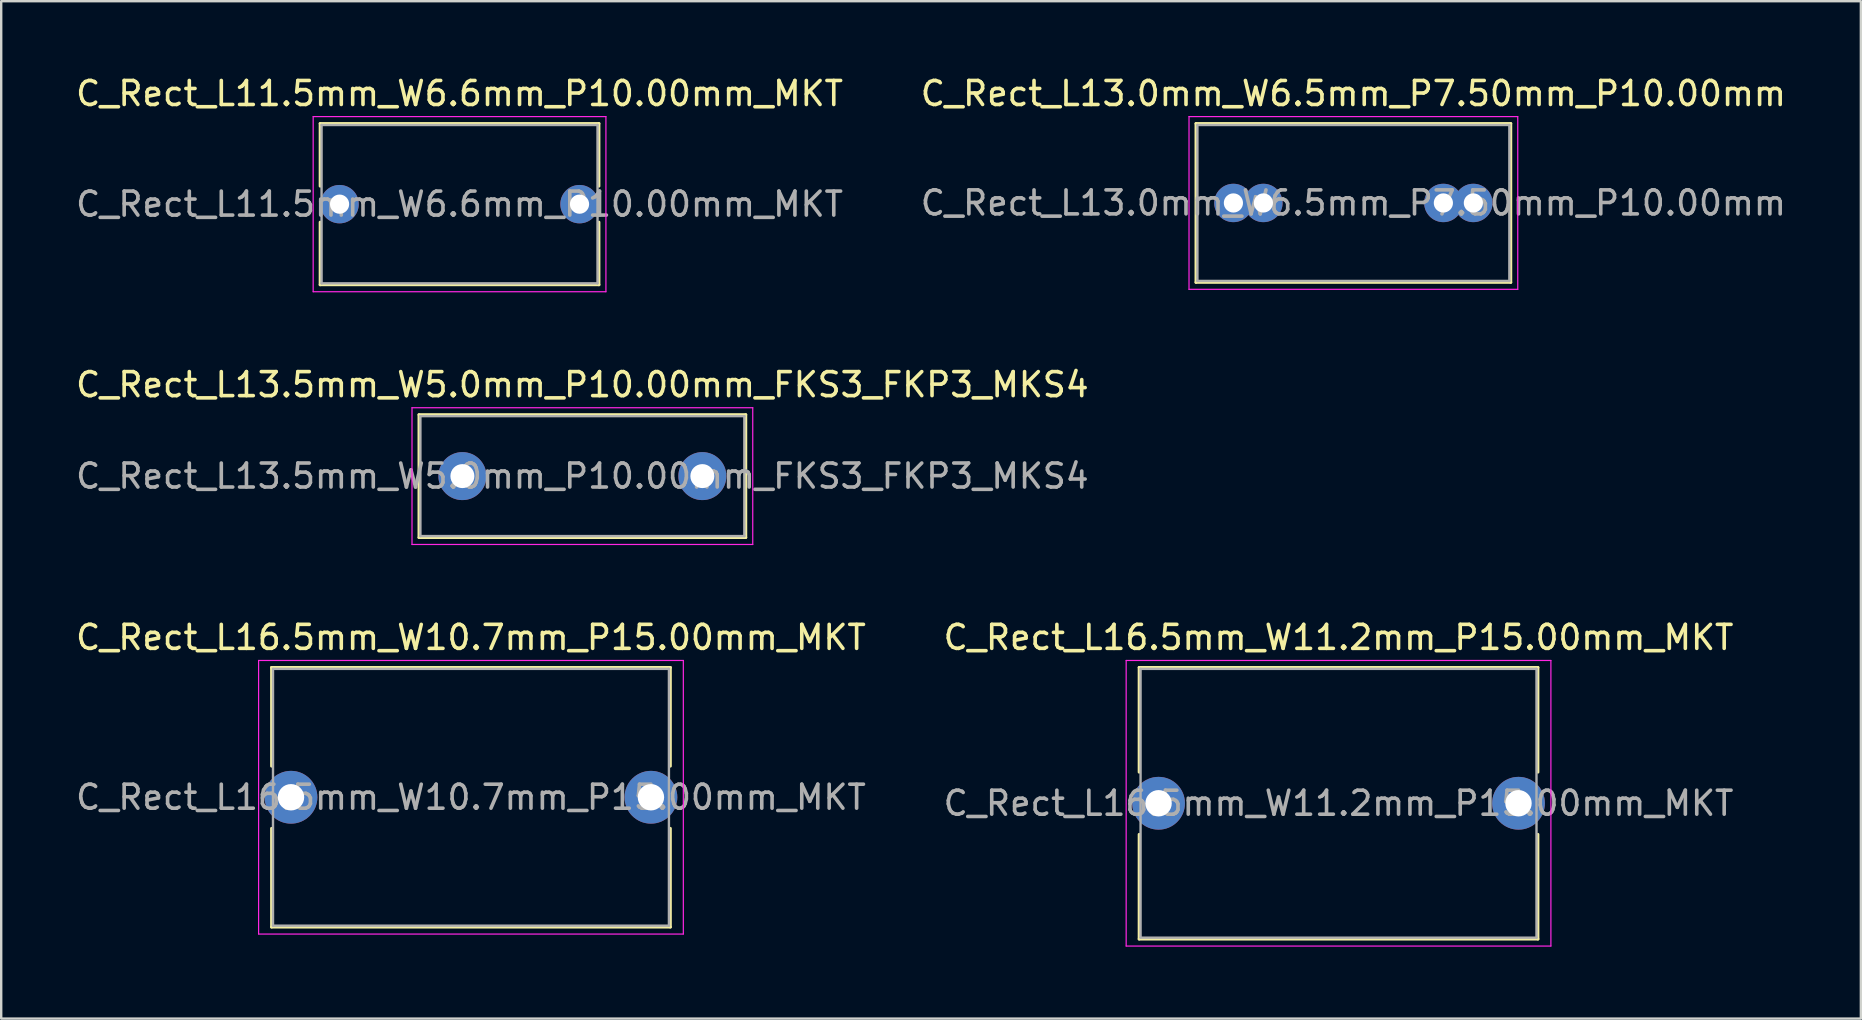
<source format=kicad_pcb>
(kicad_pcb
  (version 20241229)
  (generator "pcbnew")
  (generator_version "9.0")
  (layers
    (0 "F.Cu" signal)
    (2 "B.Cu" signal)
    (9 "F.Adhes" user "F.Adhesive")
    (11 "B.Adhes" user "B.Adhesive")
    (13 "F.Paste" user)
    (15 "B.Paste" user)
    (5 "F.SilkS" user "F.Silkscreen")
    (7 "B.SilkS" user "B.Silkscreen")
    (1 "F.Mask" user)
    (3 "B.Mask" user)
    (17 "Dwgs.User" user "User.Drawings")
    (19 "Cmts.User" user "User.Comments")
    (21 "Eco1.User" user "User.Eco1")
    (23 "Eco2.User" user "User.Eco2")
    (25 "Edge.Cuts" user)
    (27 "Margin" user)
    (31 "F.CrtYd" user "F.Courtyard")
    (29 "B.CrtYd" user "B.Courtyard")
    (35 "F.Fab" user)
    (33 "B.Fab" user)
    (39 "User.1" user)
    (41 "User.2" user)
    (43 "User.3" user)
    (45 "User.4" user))
  (footprint "C_Rect_L16.5mm_W11.2mm_P15.00mm_MKT"
    (layer "F.Cu")
    (at 45.232 30.425)
    (property "Reference" "C_Rect_L16.5mm_W11.2mm_P15.00mm_MKT" (at 7.5 -6.91 0) (layer "F.SilkS") (effects (font (size 1 1) (thickness 0.15))))
    (attr through_hole)
    (fp_line (start -0.81 -5.66) (end -0.81 -1.296) (stroke (width 0.12) (type solid)) (layer "F.SilkS"))
    (fp_line (start -0.81 -5.66) (end 15.81 -5.66) (stroke (width 0.12) (type solid)) (layer "F.SilkS"))
    (fp_line (start -0.81 1.296) (end -0.81 5.66) (stroke (width 0.12) (type solid)) (layer "F.SilkS"))
    (fp_line (start -0.81 5.66) (end 15.81 5.66) (stroke (width 0.12) (type solid)) (layer "F.SilkS"))
    (fp_line (start 15.81 -5.66) (end 15.81 -1.296) (stroke (width 0.12) (type solid)) (layer "F.SilkS"))
    (fp_line (start 15.81 1.296) (end 15.81 5.66) (stroke (width 0.12) (type solid)) (layer "F.SilkS"))
    (fp_line (start -1.35 -5.95) (end -1.35 5.95) (stroke (width 0.05) (type solid)) (layer "F.CrtYd"))
    (fp_line (start -1.35 5.95) (end 16.35 5.95) (stroke (width 0.05) (type solid)) (layer "F.CrtYd"))
    (fp_line (start 16.35 -5.95) (end -1.35 -5.95) (stroke (width 0.05) (type solid)) (layer "F.CrtYd"))
    (fp_line (start 16.35 5.95) (end 16.35 -5.95) (stroke (width 0.05) (type solid)) (layer "F.CrtYd"))
    (fp_line (start -0.75 -5.6) (end -0.75 5.6) (stroke (width 0.1) (type solid)) (layer "F.Fab"))
    (fp_line (start -0.75 5.6) (end 15.75 5.6) (stroke (width 0.1) (type solid)) (layer "F.Fab"))
    (fp_line (start 15.75 -5.6) (end -0.75 -5.6) (stroke (width 0.1) (type solid)) (layer "F.Fab"))
    (fp_line (start 15.75 5.6) (end 15.75 -5.6) (stroke (width 0.1) (type solid)) (layer "F.Fab"))
    (fp_text user "${REFERENCE}" (at 7.5 0 0) (layer "F.Fab") (effects (font (size 1 1) (thickness 0.15))))
    (pad "1" thru_hole circle (at 0 0) (size 2.2 2.2) (drill 1.1) (layers "*.Cu" "*.Mask"))
    (pad "2" thru_hole circle (at 15 0) (size 2.2 2.2) (drill 1.1) (layers "*.Cu" "*.Mask")))
  (footprint "C_Rect_L11.5mm_W6.6mm_P10.00mm_MKT"
    (layer "F.Cu")
    (at 11.101 5.458)
    (property "Reference" "C_Rect_L11.5mm_W6.6mm_P10.00mm_MKT" (at 5 -4.61 0) (layer "F.SilkS") (effects (font (size 1 1) (thickness 0.15))))
    (attr through_hole)
    (fp_line (start -0.81 -3.36) (end -0.81 -0.75) (stroke (width 0.12) (type solid)) (layer "F.SilkS"))
    (fp_line (start -0.81 -3.36) (end 10.81 -3.36) (stroke (width 0.12) (type solid)) (layer "F.SilkS"))
    (fp_line (start -0.81 0.75) (end -0.81 3.36) (stroke (width 0.12) (type solid)) (layer "F.SilkS"))
    (fp_line (start -0.81 3.36) (end 10.81 3.36) (stroke (width 0.12) (type solid)) (layer "F.SilkS"))
    (fp_line (start 10.81 -3.36) (end 10.81 -0.75) (stroke (width 0.12) (type solid)) (layer "F.SilkS"))
    (fp_line (start 10.81 0.75) (end 10.81 3.36) (stroke (width 0.12) (type solid)) (layer "F.SilkS"))
    (fp_line (start -1.1 -3.65) (end -1.1 3.65) (stroke (width 0.05) (type solid)) (layer "F.CrtYd"))
    (fp_line (start -1.1 3.65) (end 11.1 3.65) (stroke (width 0.05) (type solid)) (layer "F.CrtYd"))
    (fp_line (start 11.1 -3.65) (end -1.1 -3.65) (stroke (width 0.05) (type solid)) (layer "F.CrtYd"))
    (fp_line (start 11.1 3.65) (end 11.1 -3.65) (stroke (width 0.05) (type solid)) (layer "F.CrtYd"))
    (fp_line (start -0.75 -3.3) (end -0.75 3.3) (stroke (width 0.1) (type solid)) (layer "F.Fab"))
    (fp_line (start -0.75 3.3) (end 10.75 3.3) (stroke (width 0.1) (type solid)) (layer "F.Fab"))
    (fp_line (start 10.75 -3.3) (end -0.75 -3.3) (stroke (width 0.1) (type solid)) (layer "F.Fab"))
    (fp_line (start 10.75 3.3) (end 10.75 -3.3) (stroke (width 0.1) (type solid)) (layer "F.Fab"))
    (fp_text user "${REFERENCE}" (at 5 0 0) (layer "F.Fab") (effects (font (size 1 1) (thickness 0.15))))
    (pad "1" thru_hole circle (at 0 0) (size 1.6 1.6) (drill 0.8) (layers "*.Cu" "*.Mask"))
    (pad "2" thru_hole circle (at 10 0) (size 1.6 1.6) (drill 0.8) (layers "*.Cu" "*.Mask")))
  (footprint "C_Rect_L16.5mm_W10.7mm_P15.00mm_MKT"
    (layer "F.Cu")
    (at 9.077 30.175)
    (property "Reference" "C_Rect_L16.5mm_W10.7mm_P15.00mm_MKT" (at 7.5 -6.66 0) (layer "F.SilkS") (effects (font (size 1 1) (thickness 0.15))))
    (attr through_hole)
    (fp_line (start -0.81 -5.41) (end -0.81 -1.296) (stroke (width 0.12) (type solid)) (layer "F.SilkS"))
    (fp_line (start -0.81 -5.41) (end 15.81 -5.41) (stroke (width 0.12) (type solid)) (layer "F.SilkS"))
    (fp_line (start -0.81 1.296) (end -0.81 5.41) (stroke (width 0.12) (type solid)) (layer "F.SilkS"))
    (fp_line (start -0.81 5.41) (end 15.81 5.41) (stroke (width 0.12) (type solid)) (layer "F.SilkS"))
    (fp_line (start 15.81 -5.41) (end 15.81 -1.296) (stroke (width 0.12) (type solid)) (layer "F.SilkS"))
    (fp_line (start 15.81 1.296) (end 15.81 5.41) (stroke (width 0.12) (type solid)) (layer "F.SilkS"))
    (fp_line (start -1.35 -5.7) (end -1.35 5.7) (stroke (width 0.05) (type solid)) (layer "F.CrtYd"))
    (fp_line (start -1.35 5.7) (end 16.35 5.7) (stroke (width 0.05) (type solid)) (layer "F.CrtYd"))
    (fp_line (start 16.35 -5.7) (end -1.35 -5.7) (stroke (width 0.05) (type solid)) (layer "F.CrtYd"))
    (fp_line (start 16.35 5.7) (end 16.35 -5.7) (stroke (width 0.05) (type solid)) (layer "F.CrtYd"))
    (fp_line (start -0.75 -5.35) (end -0.75 5.35) (stroke (width 0.1) (type solid)) (layer "F.Fab"))
    (fp_line (start -0.75 5.35) (end 15.75 5.35) (stroke (width 0.1) (type solid)) (layer "F.Fab"))
    (fp_line (start 15.75 -5.35) (end -0.75 -5.35) (stroke (width 0.1) (type solid)) (layer "F.Fab"))
    (fp_line (start 15.75 5.35) (end 15.75 -5.35) (stroke (width 0.1) (type solid)) (layer "F.Fab"))
    (fp_text user "${REFERENCE}" (at 7.5 0 0) (layer "F.Fab") (effects (font (size 1 1) (thickness 0.15))))
    (pad "1" thru_hole circle (at 0 0) (size 2.2 2.2) (drill 1.1) (layers "*.Cu" "*.Mask"))
    (pad "2" thru_hole circle (at 15 0) (size 2.2 2.2) (drill 1.1) (layers "*.Cu" "*.Mask")))
  (footprint "C_Rect_L13.5mm_W5.0mm_P10.00mm_FKS3_FKP3_MKS4"
    (layer "F.Cu")
    (at 16.22 16.791)
    (property "Reference" "C_Rect_L13.5mm_W5.0mm_P10.00mm_FKS3_FKP3_MKS4" (at 5 -3.81 0) (layer "F.SilkS") (effects (font (size 1 1) (thickness 0.15))))
    (attr through_hole)
    (fp_line (start -1.81 -2.56) (end -1.81 2.56) (stroke (width 0.12) (type solid)) (layer "F.SilkS"))
    (fp_line (start -1.81 -2.56) (end 11.81 -2.56) (stroke (width 0.12) (type solid)) (layer "F.SilkS"))
    (fp_line (start -1.81 2.56) (end 11.81 2.56) (stroke (width 0.12) (type solid)) (layer "F.SilkS"))
    (fp_line (start 11.81 -2.56) (end 11.81 2.56) (stroke (width 0.12) (type solid)) (layer "F.SilkS"))
    (fp_line (start -2.1 -2.85) (end -2.1 2.85) (stroke (width 0.05) (type solid)) (layer "F.CrtYd"))
    (fp_line (start -2.1 2.85) (end 12.1 2.85) (stroke (width 0.05) (type solid)) (layer "F.CrtYd"))
    (fp_line (start 12.1 -2.85) (end -2.1 -2.85) (stroke (width 0.05) (type solid)) (layer "F.CrtYd"))
    (fp_line (start 12.1 2.85) (end 12.1 -2.85) (stroke (width 0.05) (type solid)) (layer "F.CrtYd"))
    (fp_line (start -1.75 -2.5) (end -1.75 2.5) (stroke (width 0.1) (type solid)) (layer "F.Fab"))
    (fp_line (start -1.75 2.5) (end 11.75 2.5) (stroke (width 0.1) (type solid)) (layer "F.Fab"))
    (fp_line (start 11.75 -2.5) (end -1.75 -2.5) (stroke (width 0.1) (type solid)) (layer "F.Fab"))
    (fp_line (start 11.75 2.5) (end 11.75 -2.5) (stroke (width 0.1) (type solid)) (layer "F.Fab"))
    (fp_text user "${REFERENCE}" (at 5 0 0) (layer "F.Fab") (effects (font (size 1 1) (thickness 0.15))))
    (pad "1" thru_hole circle (at 0 0) (size 2 2) (drill 1) (layers "*.Cu" "*.Mask"))
    (pad "2" thru_hole circle (at 10 0) (size 2 2) (drill 1) (layers "*.Cu" "*.Mask")))
  (footprint "C_Rect_L13.0mm_W6.5mm_P7.50mm_P10.00mm"
    (layer "F.Cu")
    (at 48.351 5.408)
    (property "Reference" "C_Rect_L13.0mm_W6.5mm_P7.50mm_P10.00mm" (at 5 -4.56 0) (layer "F.SilkS") (effects (font (size 1 1) (thickness 0.15))))
    (attr through_hole)
    (fp_line (start -1.56 -3.31) (end -1.56 3.31) (stroke (width 0.12) (type solid)) (layer "F.SilkS"))
    (fp_line (start -1.56 -3.31) (end 11.56 -3.31) (stroke (width 0.12) (type solid)) (layer "F.SilkS"))
    (fp_line (start -1.56 3.31) (end 11.56 3.31) (stroke (width 0.12) (type solid)) (layer "F.SilkS"))
    (fp_line (start 11.56 -3.31) (end 11.56 3.31) (stroke (width 0.12) (type solid)) (layer "F.SilkS"))
    (fp_line (start -1.85 -3.6) (end -1.85 3.6) (stroke (width 0.05) (type solid)) (layer "F.CrtYd"))
    (fp_line (start -1.85 3.6) (end 11.85 3.6) (stroke (width 0.05) (type solid)) (layer "F.CrtYd"))
    (fp_line (start 11.85 -3.6) (end -1.85 -3.6) (stroke (width 0.05) (type solid)) (layer "F.CrtYd"))
    (fp_line (start 11.85 3.6) (end 11.85 -3.6) (stroke (width 0.05) (type solid)) (layer "F.CrtYd"))
    (fp_line (start -1.5 -3.25) (end -1.5 3.25) (stroke (width 0.1) (type solid)) (layer "F.Fab"))
    (fp_line (start -1.5 3.25) (end 11.5 3.25) (stroke (width 0.1) (type solid)) (layer "F.Fab"))
    (fp_line (start 11.5 -3.25) (end -1.5 -3.25) (stroke (width 0.1) (type solid)) (layer "F.Fab"))
    (fp_line (start 11.5 3.25) (end 11.5 -3.25) (stroke (width 0.1) (type solid)) (layer "F.Fab"))
    (fp_text user "${REFERENCE}" (at 5 0 0) (layer "F.Fab") (effects (font (size 1 1) (thickness 0.15))))
    (pad "1" thru_hole circle (at 0 0) (size 1.6 1.6) (drill 0.8) (layers "*.Cu" "*.Mask"))
    (pad "1" thru_hole circle (at 1.25 0) (size 1.6 1.6) (drill 0.8) (layers "*.Cu" "*.Mask"))
    (pad "2" thru_hole circle (at 8.75 0) (size 1.6 1.6) (drill 0.8) (layers "*.Cu" "*.Mask"))
    (pad "2" thru_hole circle (at 10 0) (size 1.6 1.6) (drill 0.8) (layers "*.Cu" "*.Mask")))
  (gr_rect
    (start -3 -3)
    (end 74.5 39.4)
    (stroke (width 0.1) (type default))
    (fill no)
    (layer "Edge.Cuts")))
</source>
